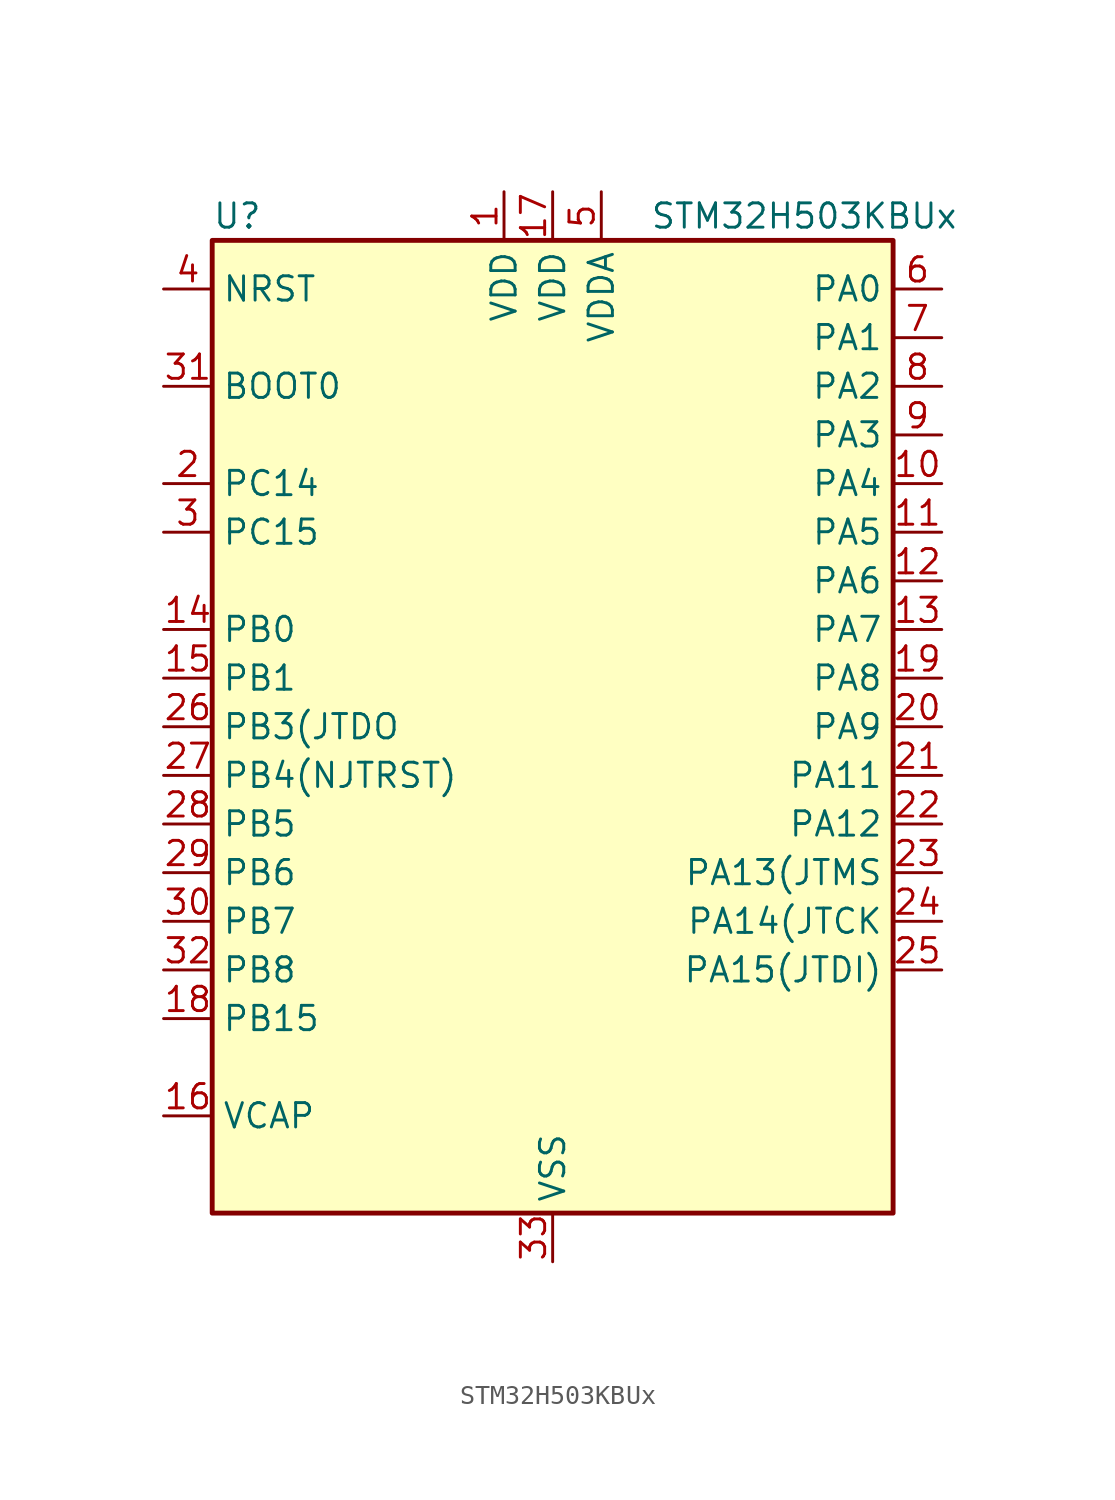
<source format=kicad_sym>
(kicad_symbol_lib
  (version 20231120)
  (generator "kicad-library-utils")
  (generator_version "8.0")
  (symbol "STM32H503KBUx"
    (property "Reference" "U"
      (at -17.78 26.67 0)
      (effects (font (size 1.27 1.27)) (justify left)))
    (property "Value" "STM32H503KBUx"
      (at 5.08 26.67 0)
      (effects (font (size 1.27 1.27)) (justify left)))
    (symbol "STM32H503KBUx_0_1"
      (rectangle (start -17.78 -25.4) (end 17.78 25.4) (stroke (width 0.254) (type default)) (fill (type background))))
    (symbol "STM32H503KBUx_1_1"
      (pin power_in line (at -2.54 27.94 270) (length 2.54) (name "VDD" (effects (font (size 1.27 1.27)))) (number "1" (effects (font (size 1.27 1.27)))))
      (pin bidirectional line (at 20.32 12.7 180) (length 2.54) (name "PA4" (effects (font (size 1.27 1.27)))) (number "10" (effects (font (size 1.27 1.27)))) (alternate "ADC1_INP18" bidirectional line) (alternate "DAC1_OUT1" bidirectional line) (alternate "I2S1_SDO" bidirectional line) (alternate "I2S1_WS" bidirectional line) (alternate "I2S3_SDI" bidirectional line) (alternate "I2S3_WS" bidirectional line) (alternate "LPTIM2_CH1" bidirectional line) (alternate "SPI1_MOSI" bidirectional line) (alternate "SPI1_NSS" bidirectional line) (alternate "SPI3_MISO" bidirectional line) (alternate "SPI3_NSS" bidirectional line) (alternate "TIM1_BKIN" bidirectional line) (alternate "TIM1_CH2N" bidirectional line) (alternate "USART1_RTS" bidirectional line) (alternate "USART2_CK" bidirectional line) (alternate "USART3_TX" bidirectional line))
      (pin bidirectional line (at 20.32 10.16 180) (length 2.54) (name "PA5" (effects (font (size 1.27 1.27)))) (number "11" (effects (font (size 1.27 1.27)))) (alternate "ADC1_INN18" bidirectional line) (alternate "ADC1_INP19" bidirectional line) (alternate "COMP1_INM" bidirectional line) (alternate "DAC1_OUT2" bidirectional line) (alternate "I2S1_CK" bidirectional line) (alternate "I2S1_MCK" bidirectional line) (alternate "I2S2_CK" bidirectional line) (alternate "I2S3_SDO" bidirectional line) (alternate "LPTIM1_CH1" bidirectional line) (alternate "LPTIM1_ETR" bidirectional line) (alternate "LPTIM2_CH2" bidirectional line) (alternate "LPUART1_RTS" bidirectional line) (alternate "PWR_CSTOP" bidirectional line) (alternate "SPI1_SCK" bidirectional line) (alternate "SPI2_SCK" bidirectional line) (alternate "SPI3_MOSI" bidirectional line) (alternate "TIM2_CH1" bidirectional line) (alternate "TIM2_ETR" bidirectional line) (alternate "USART2_CTS" bidirectional line) (alternate "USART2_NSS" bidirectional line) (alternate "USART2_TX" bidirectional line) (alternate "USART3_RX" bidirectional line))
      (pin bidirectional line (at 20.32 7.62 180) (length 2.54) (name "PA6" (effects (font (size 1.27 1.27)))) (number "12" (effects (font (size 1.27 1.27)))) (alternate "ADC1_INP3" bidirectional line) (alternate "I2S1_SDI" bidirectional line) (alternate "SPI1_MISO" bidirectional line) (alternate "TIM1_BKIN" bidirectional line) (alternate "TIM3_CH1" bidirectional line))
      (pin bidirectional line (at 20.32 5.08 180) (length 2.54) (name "PA7" (effects (font (size 1.27 1.27)))) (number "13" (effects (font (size 1.27 1.27)))) (alternate "ADC1_INN3" bidirectional line) (alternate "ADC1_INP7" bidirectional line) (alternate "AUDIOCLK" bidirectional line) (alternate "I2S1_MCK" bidirectional line) (alternate "I2S1_SDO" bidirectional line) (alternate "I2S2_MCK" bidirectional line) (alternate "I2S2_SDI" bidirectional line) (alternate "I2S3_MCK" bidirectional line) (alternate "LPTIM2_ETR" bidirectional line) (alternate "OPAMP1_VOUT" bidirectional line) (alternate "PWR_CSLEEP" bidirectional line) (alternate "SPI1_MOSI" bidirectional line) (alternate "SPI2_MISO" bidirectional line) (alternate "TIM1_CH1N" bidirectional line) (alternate "TIM2_CH3" bidirectional line) (alternate "TIM3_CH2" bidirectional line) (alternate "USART1_RTS" bidirectional line) (alternate "USART3_CK" bidirectional line) (alternate "USART3_RTS" bidirectional line))
      (pin bidirectional line (at -20.32 5.08 0) (length 2.54) (name "PB0" (effects (font (size 1.27 1.27)))) (number "14" (effects (font (size 1.27 1.27)))) (alternate "ADC1_INN5" bidirectional line) (alternate "ADC1_INP9" bidirectional line) (alternate "COMP1_INP" bidirectional line) (alternate "LPTIM1_IN1" bidirectional line) (alternate "OPAMP1_VINP" bidirectional line) (alternate "TIM1_CH2N" bidirectional line) (alternate "TIM1_ETR" bidirectional line) (alternate "TIM3_CH3" bidirectional line) (alternate "USART2_TX" bidirectional line))
      (pin bidirectional line (at -20.32 2.54 0) (length 2.54) (name "PB1" (effects (font (size 1.27 1.27)))) (number "15" (effects (font (size 1.27 1.27)))) (alternate "ADC1_INP5" bidirectional line) (alternate "COMP1_INM" bidirectional line) (alternate "COMP1_OUT" bidirectional line) (alternate "I2S2_SDO" bidirectional line) (alternate "LPTIM1_IN2" bidirectional line) (alternate "LPTIM2_ETR" bidirectional line) (alternate "OPAMP1_VINM" bidirectional line) (alternate "OPAMP1_VINM1" bidirectional line) (alternate "SPI2_MOSI" bidirectional line) (alternate "TIM1_CH1" bidirectional line) (alternate "TIM1_CH3N" bidirectional line) (alternate "TIM3_CH4" bidirectional line) (alternate "USART2_RX" bidirectional line))
      (pin power_out line (at -20.32 -20.32 0) (length 2.54) (name "VCAP" (effects (font (size 1.27 1.27)))) (number "16" (effects (font (size 1.27 1.27)))))
      (pin power_in line (at 0 27.94 270) (length 2.54) (name "VDD" (effects (font (size 1.27 1.27)))) (number "17" (effects (font (size 1.27 1.27)))))
      (pin bidirectional line (at -20.32 -15.24 0) (length 2.54) (name "PB15" (effects (font (size 1.27 1.27)))) (number "18" (effects (font (size 1.27 1.27)))) (alternate "ADC1_EXTI15" bidirectional line) (alternate "COMP1_OUT" bidirectional line) (alternate "FDCAN1_TX" bidirectional line) (alternate "I2S2_SDO" bidirectional line) (alternate "I2S3_MCK" bidirectional line) (alternate "I2S3_SDI" bidirectional line) (alternate "LPTIM1_CH1" bidirectional line) (alternate "LPTIM2_IN2" bidirectional line) (alternate "LPUART1_RX" bidirectional line) (alternate "PWR_PVD_IN" bidirectional line) (alternate "RTC_REFIN" bidirectional line) (alternate "SPI2_MOSI" bidirectional line) (alternate "SPI3_MISO" bidirectional line) (alternate "TIM1_CH3N" bidirectional line) (alternate "TIM3_CH4" bidirectional line) (alternate "USART1_RX" bidirectional line) (alternate "USART2_RTS" bidirectional line) (alternate "USART2_RX" bidirectional line) (alternate "USART3_CTS" bidirectional line) (alternate "USART3_NSS" bidirectional line))
      (pin bidirectional line (at 20.32 2.54 180) (length 2.54) (name "PA8" (effects (font (size 1.27 1.27)))) (number "19" (effects (font (size 1.27 1.27)))) (alternate "FDCAN1_RX" bidirectional line) (alternate "I2S1_CK" bidirectional line) (alternate "I2S2_SDO" bidirectional line) (alternate "I2S2_WS" bidirectional line) (alternate "LPTIM2_IN1" bidirectional line) (alternate "LPUART1_CTS" bidirectional line) (alternate "RCC_MCO_1" bidirectional line) (alternate "SPI1_RDY" bidirectional line) (alternate "SPI1_SCK" bidirectional line) (alternate "SPI2_MOSI" bidirectional line) (alternate "SPI2_NSS" bidirectional line) (alternate "TIM1_CH1" bidirectional line) (alternate "TIM1_CH4N" bidirectional line) (alternate "TIM3_CH3" bidirectional line) (alternate "USART1_CK" bidirectional line) (alternate "USART2_TX" bidirectional line) (alternate "USART3_TX" bidirectional line) (alternate "USB_SOF" bidirectional line))
      (pin bidirectional line (at -20.32 12.7 0) (length 2.54) (name "PC14" (effects (font (size 1.27 1.27)))) (number "2" (effects (font (size 1.27 1.27)))) (alternate "RCC_OSC32_IN" bidirectional line))
      (pin bidirectional line (at 20.32 0 180) (length 2.54) (name "PA9" (effects (font (size 1.27 1.27)))) (number "20" (effects (font (size 1.27 1.27)))) (alternate "DAC1_EXTI9" bidirectional line) (alternate "DEBUG_TRACED2" bidirectional line) (alternate "I2S1_SDI" bidirectional line) (alternate "I2S2_CK" bidirectional line) (alternate "I2S3_SDO" bidirectional line) (alternate "LPUART1_TX" bidirectional line) (alternate "SPI1_MISO" bidirectional line) (alternate "SPI2_SCK" bidirectional line) (alternate "SPI3_MOSI" bidirectional line) (alternate "TIM1_CH2" bidirectional line) (alternate "USART1_TX" bidirectional line) (alternate "USART3_CK" bidirectional line))
      (pin bidirectional line (at 20.32 -2.54 180) (length 2.54) (name "PA11" (effects (font (size 1.27 1.27)))) (number "21" (effects (font (size 1.27 1.27)))) (alternate "ADC1_EXTI11" bidirectional line) (alternate "DEBUG_TRGIO" bidirectional line) (alternate "FDCAN1_RX" bidirectional line) (alternate "I2S2_WS" bidirectional line) (alternate "LPTIM2_CH2" bidirectional line) (alternate "LPUART1_CTS" bidirectional line) (alternate "SPI2_NSS" bidirectional line) (alternate "SPI3_RDY" bidirectional line) (alternate "TIM1_CH4" bidirectional line) (alternate "TIM3_CH2" bidirectional line) (alternate "USART1_CTS" bidirectional line) (alternate "USART1_NSS" bidirectional line) (alternate "USART1_RX" bidirectional line) (alternate "USART2_RX" bidirectional line) (alternate "USART3_RTS" bidirectional line) (alternate "USB_DM" bidirectional line))
      (pin bidirectional line (at 20.32 -5.08 180) (length 2.54) (name "PA12" (effects (font (size 1.27 1.27)))) (number "22" (effects (font (size 1.27 1.27)))) (alternate "DEBUG_TRACED3" bidirectional line) (alternate "FDCAN1_TX" bidirectional line) (alternate "I2S2_CK" bidirectional line) (alternate "LPUART1_RTS" bidirectional line) (alternate "SPI2_RDY" bidirectional line) (alternate "SPI2_SCK" bidirectional line) (alternate "TIM1_ETR" bidirectional line) (alternate "TIM2_CH4" bidirectional line) (alternate "TIM3_CH4" bidirectional line) (alternate "USART1_RTS" bidirectional line) (alternate "USART1_TX" bidirectional line) (alternate "USART2_TX" bidirectional line) (alternate "USART3_RX" bidirectional line) (alternate "USB_DP" bidirectional line))
      (pin bidirectional line (at 20.32 -7.62 180) (length 2.54) (name "PA13(JTMS" (effects (font (size 1.27 1.27)))) (number "23" (effects (font (size 1.27 1.27)))) (alternate "COMP1_OUT" bidirectional line) (alternate "DEBUG_JTMS-SWDIO" bidirectional line) (alternate "LPTIM1_CH1" bidirectional line) (alternate "LPUART1_CTS" bidirectional line) (alternate "TIM1_CH1" bidirectional line) (alternate "TIM1_ETR" bidirectional line) (alternate "USART1_RX" bidirectional line) (alternate "USART2_RX" bidirectional line))
      (pin bidirectional line (at 20.32 -10.16 180) (length 2.54) (name "PA14(JTCK" (effects (font (size 1.27 1.27)))) (number "24" (effects (font (size 1.27 1.27)))) (alternate "DEBUG_JTCK-SWCLK" bidirectional line) (alternate "LPTIM1_ETR" bidirectional line) (alternate "LPTIM2_CH1" bidirectional line) (alternate "LPUART1_RTS" bidirectional line) (alternate "TIM1_CH2" bidirectional line) (alternate "TIM1_CH4N" bidirectional line) (alternate "TIM3_CH1" bidirectional line) (alternate "USART1_TX" bidirectional line) (alternate "USART2_TX" bidirectional line))
      (pin bidirectional line (at 20.32 -12.7 180) (length 2.54) (name "PA15(JTDI)" (effects (font (size 1.27 1.27)))) (number "25" (effects (font (size 1.27 1.27)))) (alternate "ADC1_EXTI15" bidirectional line) (alternate "DEBUG_JTDI" bidirectional line) (alternate "I2S1_WS" bidirectional line) (alternate "I2S2_SDI" bidirectional line) (alternate "I2S3_CK" bidirectional line) (alternate "I2S3_WS" bidirectional line) (alternate "LPTIM1_IN2" bidirectional line) (alternate "LPTIM2_CH1" bidirectional line) (alternate "SPI1_NSS" bidirectional line) (alternate "SPI2_MISO" bidirectional line) (alternate "SPI3_NSS" bidirectional line) (alternate "SPI3_SCK" bidirectional line) (alternate "TIM2_CH1" bidirectional line) (alternate "TIM2_ETR" bidirectional line) (alternate "USART1_CTS" bidirectional line) (alternate "USART1_NSS" bidirectional line) (alternate "USART2_CK" bidirectional line) (alternate "USART2_RTS" bidirectional line) (alternate "USART2_RX" bidirectional line) (alternate "USART3_RX" bidirectional line))
      (pin bidirectional line (at -20.32 0 0) (length 2.54) (name "PB3(JTDO" (effects (font (size 1.27 1.27)))) (number "26" (effects (font (size 1.27 1.27)))) (alternate "CRS_SYNC" bidirectional line) (alternate "DEBUG_JTDO-SWO" bidirectional line) (alternate "FDCAN1_RX" bidirectional line) (alternate "I2C1_SMBA" bidirectional line) (alternate "I2C2_SCL" bidirectional line) (alternate "I2C2_SDA" bidirectional line) (alternate "I2S1_CK" bidirectional line) (alternate "I2S2_MCK" bidirectional line) (alternate "I2S3_CK" bidirectional line) (alternate "I3C2_SCL" bidirectional line) (alternate "LPTIM1_CH1" bidirectional line) (alternate "SPI1_SCK" bidirectional line) (alternate "SPI3_SCK" bidirectional line) (alternate "TIM1_BKIN" bidirectional line) (alternate "TIM2_CH2" bidirectional line) (alternate "USART3_TX" bidirectional line))
      (pin bidirectional line (at -20.32 -2.54 0) (length 2.54) (name "PB4(NJTRST)" (effects (font (size 1.27 1.27)))) (number "27" (effects (font (size 1.27 1.27)))) (alternate "DEBUG_JTRST" bidirectional line) (alternate "FDCAN1_TX" bidirectional line) (alternate "I2C1_SMBA" bidirectional line) (alternate "I2C2_SDA" bidirectional line) (alternate "I2S1_SDI" bidirectional line) (alternate "I2S2_WS" bidirectional line) (alternate "I2S3_SDI" bidirectional line) (alternate "I3C2_SDA" bidirectional line) (alternate "LPTIM1_CH2" bidirectional line) (alternate "SPI1_MISO" bidirectional line) (alternate "SPI2_NSS" bidirectional line) (alternate "SPI3_MISO" bidirectional line) (alternate "TIM1_CH2" bidirectional line) (alternate "TIM1_CH4N" bidirectional line) (alternate "TIM3_CH1" bidirectional line) (alternate "USART2_TX" bidirectional line))
      (pin bidirectional line (at -20.32 -5.08 0) (length 2.54) (name "PB5" (effects (font (size 1.27 1.27)))) (number "28" (effects (font (size 1.27 1.27)))) (alternate "DEBUG_TRACECLK" bidirectional line) (alternate "FDCAN1_RX" bidirectional line) (alternate "I2C1_SDA" bidirectional line) (alternate "I2C1_SMBA" bidirectional line) (alternate "I2C2_SCL" bidirectional line) (alternate "I2S1_SDO" bidirectional line) (alternate "I2S2_SDI" bidirectional line) (alternate "I2S3_SDO" bidirectional line) (alternate "I3C1_SDA" bidirectional line) (alternate "I3C2_SCL" bidirectional line) (alternate "LPTIM1_IN1" bidirectional line) (alternate "SPI1_MOSI" bidirectional line) (alternate "SPI2_MISO" bidirectional line) (alternate "SPI3_MOSI" bidirectional line) (alternate "TIM1_CH3" bidirectional line) (alternate "TIM3_CH2" bidirectional line) (alternate "USART2_RX" bidirectional line))
      (pin bidirectional line (at -20.32 -7.62 0) (length 2.54) (name "PB6" (effects (font (size 1.27 1.27)))) (number "29" (effects (font (size 1.27 1.27)))) (alternate "DEBUG_TRACED0" bidirectional line) (alternate "FDCAN1_TX" bidirectional line) (alternate "I2C1_SCL" bidirectional line) (alternate "I2S1_MCK" bidirectional line) (alternate "I3C1_SCL" bidirectional line) (alternate "LPUART1_TX" bidirectional line) (alternate "SPI3_RDY" bidirectional line) (alternate "TIM1_CH2" bidirectional line) (alternate "TIM1_CH3N" bidirectional line) (alternate "TIM3_CH3" bidirectional line) (alternate "USART1_TX" bidirectional line) (alternate "USART2_CK" bidirectional line) (alternate "USART2_CTS" bidirectional line) (alternate "USART2_NSS" bidirectional line))
      (pin bidirectional line (at -20.32 10.16 0) (length 2.54) (name "PC15" (effects (font (size 1.27 1.27)))) (number "3" (effects (font (size 1.27 1.27)))) (alternate "ADC1_EXTI15" bidirectional line) (alternate "RCC_OSC32_OUT" bidirectional line))
      (pin bidirectional line (at -20.32 -10.16 0) (length 2.54) (name "PB7" (effects (font (size 1.27 1.27)))) (number "30" (effects (font (size 1.27 1.27)))) (alternate "AUDIOCLK" bidirectional line) (alternate "DEBUG_TRACED1" bidirectional line) (alternate "FDCAN1_TX" bidirectional line) (alternate "I2C1_SDA" bidirectional line) (alternate "I2C2_SMBA" bidirectional line) (alternate "I2S3_CK" bidirectional line) (alternate "I2S3_MCK" bidirectional line) (alternate "I3C1_SDA" bidirectional line) (alternate "LPUART1_RX" bidirectional line) (alternate "PWR_WKUP5" bidirectional line) (alternate "SPI3_SCK" bidirectional line) (alternate "TIM1_CH1" bidirectional line) (alternate "TIM1_CH2N" bidirectional line) (alternate "TIM3_ETR" bidirectional line) (alternate "USART1_RX" bidirectional line) (alternate "USART3_TX" bidirectional line))
      (pin input line (at -20.32 17.78 0) (length 2.54) (name "BOOT0" (effects (font (size 1.27 1.27)))) (number "31" (effects (font (size 1.27 1.27)))))
      (pin bidirectional line (at -20.32 -12.7 0) (length 2.54) (name "PB8" (effects (font (size 1.27 1.27)))) (number "32" (effects (font (size 1.27 1.27)))) (alternate "DEBUG_TRACED2" bidirectional line) (alternate "FDCAN1_RX" bidirectional line) (alternate "I2C1_SCL" bidirectional line) (alternate "I2C2_SDA" bidirectional line) (alternate "I2C2_SMBA" bidirectional line) (alternate "I2S1_WS" bidirectional line) (alternate "I2S2_MCK" bidirectional line) (alternate "I3C1_SCL" bidirectional line) (alternate "I3C2_SDA" bidirectional line) (alternate "LPTIM1_CH2" bidirectional line) (alternate "LPTIM2_CH1" bidirectional line) (alternate "SPI1_NSS" bidirectional line) (alternate "SPI2_RDY" bidirectional line) (alternate "TIM1_BKIN2" bidirectional line) (alternate "USART1_CK" bidirectional line) (alternate "USART3_RX" bidirectional line))
      (pin power_in line (at 0 -27.94 90) (length 2.54) (name "VSS" (effects (font (size 1.27 1.27)))) (number "33" (effects (font (size 1.27 1.27)))))
      (pin input line (at -20.32 22.86 0) (length 2.54) (name "NRST" (effects (font (size 1.27 1.27)))) (number "4" (effects (font (size 1.27 1.27)))))
      (pin power_in line (at 2.54 27.94 270) (length 2.54) (name "VDDA" (effects (font (size 1.27 1.27)))) (number "5" (effects (font (size 1.27 1.27)))))
      (pin bidirectional line (at 20.32 22.86 180) (length 2.54) (name "PA0" (effects (font (size 1.27 1.27)))) (number "6" (effects (font (size 1.27 1.27)))) (alternate "ADC1_INN1" bidirectional line) (alternate "ADC1_INP0" bidirectional line) (alternate "COMP1_INP" bidirectional line) (alternate "I2S1_SDI" bidirectional line) (alternate "I2S2_MCK" bidirectional line) (alternate "I2S3_WS" bidirectional line) (alternate "LPTIM1_ETR" bidirectional line) (alternate "LPTIM1_IN2" bidirectional line) (alternate "LPTIM2_ETR" bidirectional line) (alternate "OPAMP1_VINP" bidirectional line) (alternate "PWR_WKUP1" bidirectional line) (alternate "RTC_OUT2" bidirectional line) (alternate "SPI1_MISO" bidirectional line) (alternate "SPI3_NSS" bidirectional line) (alternate "SPI3_RDY" bidirectional line) (alternate "TAMP_IN2" bidirectional line) (alternate "TAMP_OUT1" bidirectional line) (alternate "TIM2_CH1" bidirectional line) (alternate "TIM2_ETR" bidirectional line) (alternate "TIM3_CH1" bidirectional line) (alternate "USART1_CTS" bidirectional line) (alternate "USART1_NSS" bidirectional line) (alternate "USART2_CTS" bidirectional line) (alternate "USART2_NSS" bidirectional line) (alternate "USART3_CK" bidirectional line) (alternate "USART3_CTS" bidirectional line) (alternate "USART3_NSS" bidirectional line))
      (pin bidirectional line (at 20.32 20.32 180) (length 2.54) (name "PA1" (effects (font (size 1.27 1.27)))) (number "7" (effects (font (size 1.27 1.27)))) (alternate "ADC1_INP1" bidirectional line) (alternate "I2S1_WS" bidirectional line) (alternate "I2S3_CK" bidirectional line) (alternate "LPTIM1_IN1" bidirectional line) (alternate "SPI1_NSS" bidirectional line) (alternate "SPI2_RDY" bidirectional line) (alternate "SPI3_SCK" bidirectional line) (alternate "TIM1_CH3" bidirectional line) (alternate "TIM2_CH2" bidirectional line) (alternate "USART1_RX" bidirectional line) (alternate "USART2_CK" bidirectional line) (alternate "USART2_RTS" bidirectional line))
      (pin bidirectional line (at 20.32 17.78 180) (length 2.54) (name "PA2" (effects (font (size 1.27 1.27)))) (number "8" (effects (font (size 1.27 1.27)))) (alternate "ADC1_INP14" bidirectional line) (alternate "I2S1_CK" bidirectional line) (alternate "I2S3_SDI" bidirectional line) (alternate "LPTIM1_IN2" bidirectional line) (alternate "LPUART1_RX" bidirectional line) (alternate "PWR_WKUP2" bidirectional line) (alternate "SPI1_SCK" bidirectional line) (alternate "SPI3_MISO" bidirectional line) (alternate "TIM1_CH4" bidirectional line) (alternate "TIM2_CH3" bidirectional line) (alternate "TIM3_ETR" bidirectional line) (alternate "USART1_TX" bidirectional line) (alternate "USART2_TX" bidirectional line))
      (pin bidirectional line (at 20.32 15.24 180) (length 2.54) (name "PA3" (effects (font (size 1.27 1.27)))) (number "9" (effects (font (size 1.27 1.27)))) (alternate "ADC1_INP15" bidirectional line) (alternate "I2S1_SDI" bidirectional line) (alternate "I2S2_WS" bidirectional line) (alternate "I2S3_SDO" bidirectional line) (alternate "LPUART1_TX" bidirectional line) (alternate "SPI1_MISO" bidirectional line) (alternate "SPI2_NSS" bidirectional line) (alternate "SPI3_MOSI" bidirectional line) (alternate "TIM1_CH1N" bidirectional line) (alternate "TIM2_CH4" bidirectional line) (alternate "USART1_CK" bidirectional line) (alternate "USART2_RX" bidirectional line) (alternate "USART3_RX" bidirectional line)))))
</source>
